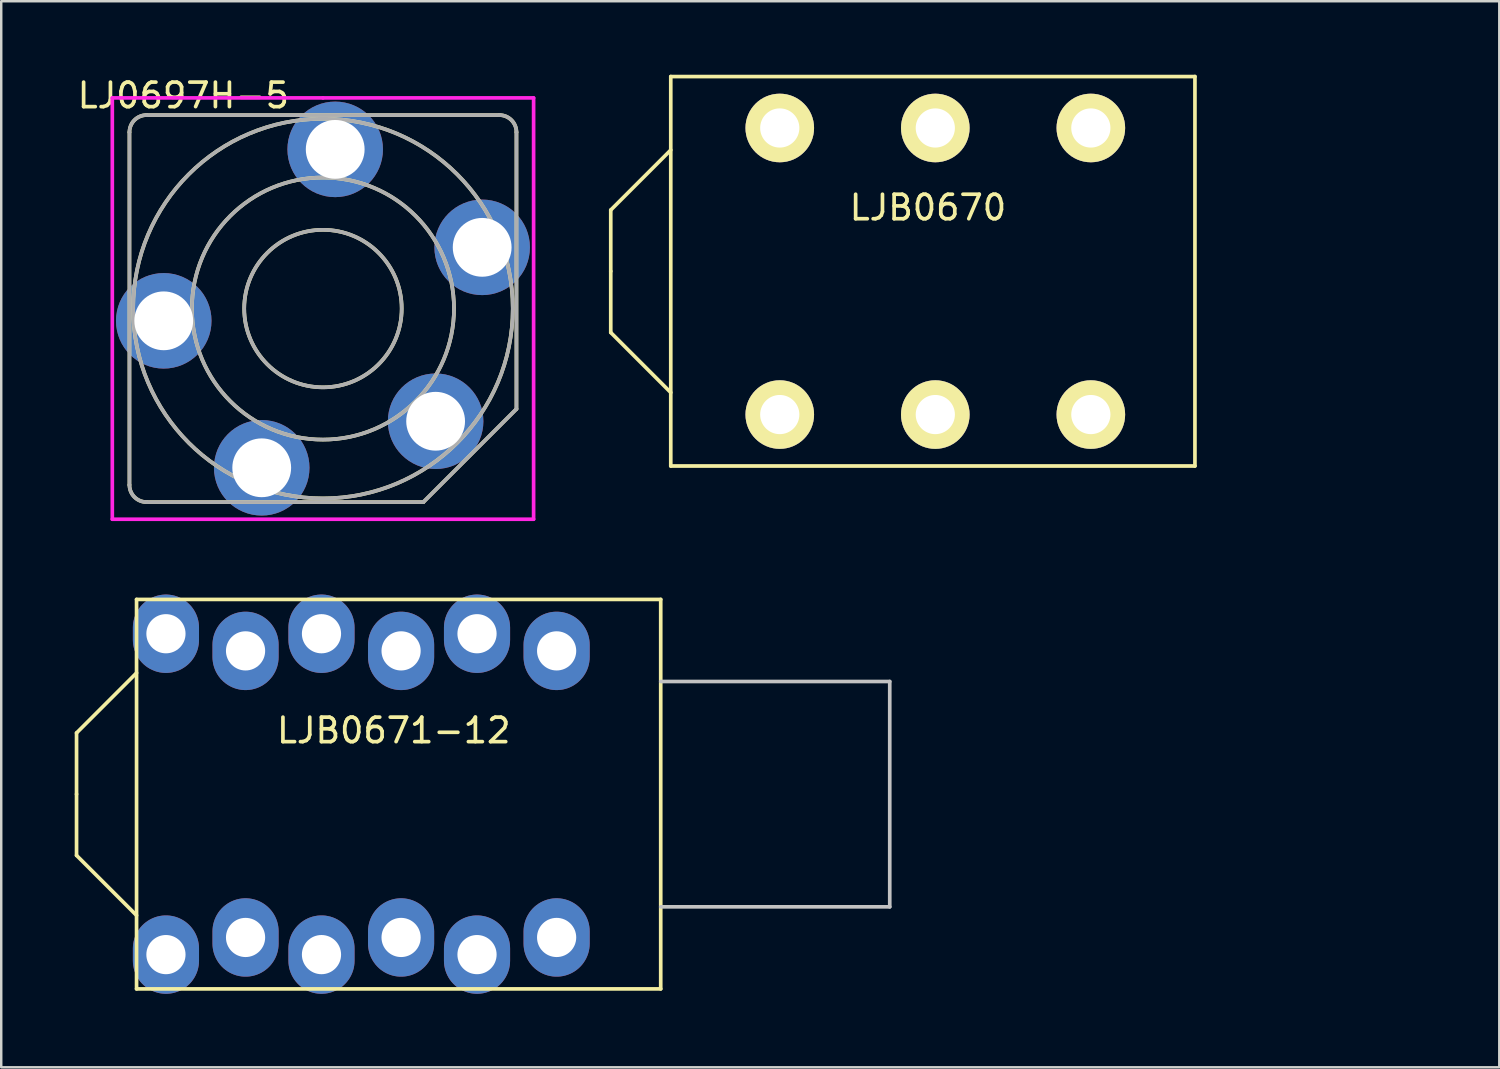
<source format=kicad_pcb>
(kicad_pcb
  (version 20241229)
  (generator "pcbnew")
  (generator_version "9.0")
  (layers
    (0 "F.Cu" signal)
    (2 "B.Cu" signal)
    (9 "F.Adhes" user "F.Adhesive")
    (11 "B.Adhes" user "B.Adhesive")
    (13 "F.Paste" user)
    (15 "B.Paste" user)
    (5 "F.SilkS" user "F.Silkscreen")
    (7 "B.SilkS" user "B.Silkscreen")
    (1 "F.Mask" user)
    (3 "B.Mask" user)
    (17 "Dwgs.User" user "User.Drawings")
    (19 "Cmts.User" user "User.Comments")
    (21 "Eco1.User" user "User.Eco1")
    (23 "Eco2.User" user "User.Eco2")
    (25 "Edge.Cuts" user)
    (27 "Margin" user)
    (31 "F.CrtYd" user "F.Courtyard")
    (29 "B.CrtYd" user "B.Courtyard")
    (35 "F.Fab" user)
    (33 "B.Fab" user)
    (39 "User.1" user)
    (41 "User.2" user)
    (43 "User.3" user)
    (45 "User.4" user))
  (footprint "LJB0671-12"
    (layer "F.Cu")
    (at 23.925 29.373)
    (property "Reference" "LJB0671-12" (at -10.9 -2.6 0) (layer "F.SilkS") (effects (font (size 1 1) (thickness 0.15))))
    (attr through_hole)
    (fp_line (start -23.85 -2.5) (end -21.4 -4.95) (stroke (width 0.15) (type solid)) (layer "F.SilkS"))
    (fp_line (start -23.85 0) (end -23.85 -2.5) (stroke (width 0.15) (type solid)) (layer "F.SilkS"))
    (fp_line (start -23.85 0) (end -23.85 2.5) (stroke (width 0.15) (type solid)) (layer "F.SilkS"))
    (fp_line (start -23.85 2.5) (end -21.4 4.95) (stroke (width 0.15) (type solid)) (layer "F.SilkS"))
    (fp_line (start -21.4 -7.95) (end -21.4 7.95) (stroke (width 0.15) (type solid)) (layer "F.SilkS"))
    (fp_line (start 0 -7.95) (end -21.4 -7.95) (stroke (width 0.15) (type solid)) (layer "F.SilkS"))
    (fp_line (start 0 -7.95) (end 0 7.95) (stroke (width 0.15) (type solid)) (layer "F.SilkS"))
    (fp_line (start 0 7.95) (end -21.4 7.95) (stroke (width 0.15) (type solid)) (layer "F.SilkS"))
    (fp_line (start 0 -4.6) (end 9.35 -4.6) (stroke (width 0.15) (type solid)) (layer "Dwgs.User"))
    (fp_line (start 9.35 -4.6) (end 9.35 4.6) (stroke (width 0.15) (type solid)) (layer "Dwgs.User"))
    (fp_line (start 9.35 4.6) (end 0 4.6) (stroke (width 0.15) (type solid)) (layer "Dwgs.User"))
    (pad "1" thru_hole oval (at -20.2 -6.55) (size 2.7 3.2) (drill 1.6) (layers "*.Cu" "*.Mask"))
    (pad "2" thru_hole oval (at -20.2 6.55) (size 2.7 3.2) (drill 1.6) (layers "*.Cu" "*.Mask"))
    (pad "3" thru_hole oval (at -16.95 -5.85) (size 2.7 3.2) (drill 1.6) (layers "*.Cu" "*.Mask"))
    (pad "4" thru_hole oval (at -16.95 5.85) (size 2.7 3.2) (drill 1.6) (layers "*.Cu" "*.Mask"))
    (pad "5" thru_hole oval (at -13.85 -6.55) (size 2.7 3.2) (drill 1.6) (layers "*.Cu" "*.Mask"))
    (pad "6" thru_hole oval (at -13.85 6.55) (size 2.7 3.2) (drill 1.6) (layers "*.Cu" "*.Mask"))
    (pad "7" thru_hole oval (at -10.6 -5.85) (size 2.7 3.2) (drill 1.6) (layers "*.Cu" "*.Mask"))
    (pad "8" thru_hole oval (at -10.6 5.85) (size 2.7 3.2) (drill 1.6) (layers "*.Cu" "*.Mask"))
    (pad "9" thru_hole oval (at -7.5 -6.55) (size 2.7 3.2) (drill 1.6) (layers "*.Cu" "*.Mask"))
    (pad "10" thru_hole oval (at -7.5 6.55) (size 2.7 3.2) (drill 1.6) (layers "*.Cu" "*.Mask"))
    (pad "11" thru_hole oval (at -4.25 -5.85) (size 2.7 3.2) (drill 1.6) (layers "*.Cu" "*.Mask"))
    (pad "12" thru_hole oval (at -4.25 5.85) (size 2.7 3.2) (drill 1.6) (layers "*.Cu" "*.Mask")))
  (footprint "LJB0670"
    (layer "F.Cu")
    (at 45.735 8.025)
    (property "Reference" "LJB0670" (at -10.9 -2.6 0) (layer "F.SilkS") (effects (font (size 1 1) (thickness 0.15))))
    (attr through_hole)
    (fp_line (start -23.85 -2.5) (end -21.4 -4.95) (stroke (width 0.15) (type solid)) (layer "F.SilkS"))
    (fp_line (start -23.85 0) (end -23.85 -2.5) (stroke (width 0.15) (type solid)) (layer "F.SilkS"))
    (fp_line (start -23.85 0) (end -23.85 2.5) (stroke (width 0.15) (type solid)) (layer "F.SilkS"))
    (fp_line (start -23.85 2.5) (end -21.4 4.95) (stroke (width 0.15) (type solid)) (layer "F.SilkS"))
    (fp_line (start -21.4 -7.95) (end -21.4 7.95) (stroke (width 0.15) (type solid)) (layer "F.SilkS"))
    (fp_line (start 0 -7.95) (end -21.4 -7.95) (stroke (width 0.15) (type solid)) (layer "F.SilkS"))
    (fp_line (start 0 -7.95) (end 0 7.95) (stroke (width 0.15) (type solid)) (layer "F.SilkS"))
    (fp_line (start 0 7.95) (end -21.4 7.95) (stroke (width 0.15) (type solid)) (layer "F.SilkS"))
    (fp_line (start 0 -4.6) (end 9.35 -4.6) (stroke (width 0.15) (type solid)) (layer "Eco1.User"))
    (fp_line (start 9.35 -4.6) (end 9.35 4.6) (stroke (width 0.15) (type solid)) (layer "Eco1.User"))
    (fp_line (start 9.35 4.6) (end 0 4.6) (stroke (width 0.15) (type solid)) (layer "Eco1.User"))
    (pad "1" thru_hole circle (at -16.95 -5.85) (size 2.8 2.8) (drill 1.6) (layers "*.Cu" "*.Mask" "F.SilkS"))
    (pad "2" thru_hole circle (at -16.95 5.85) (size 2.8 2.8) (drill 1.6) (layers "*.Cu" "*.Mask" "F.SilkS"))
    (pad "3" thru_hole circle (at -10.6 -5.85) (size 2.8 2.8) (drill 1.6) (layers "*.Cu" "*.Mask" "F.SilkS"))
    (pad "4" thru_hole circle (at -10.6 5.85) (size 2.8 2.8) (drill 1.6) (layers "*.Cu" "*.Mask" "F.SilkS"))
    (pad "5" thru_hole circle (at -4.25 -5.85) (size 2.8 2.8) (drill 1.6) (layers "*.Cu" "*.Mask" "F.SilkS"))
    (pad "6" thru_hole circle (at -4.25 5.85) (size 2.8 2.8) (drill 1.6) (layers "*.Cu" "*.Mask" "F.SilkS")))
  (footprint "LJ0697H-5"
    (layer "F.Cu")
    (at 10.135 9.548)
    (property "Reference" "LJ0697H-5" (at -5.7 -8.7 0) (layer "F.SilkS") (effects (font (size 1 1) (thickness 0.15))))
    (attr through_hole)
    (fp_line (start -7.9 -7.2) (end -7.9 7.2) (stroke (width 0.15) (type solid)) (layer "F.SilkS"))
    (fp_line (start -7.2 7.9) (end 4.1 7.9) (stroke (width 0.15) (type solid)) (layer "F.SilkS"))
    (fp_line (start 4.1 7.9) (end 7.9 4.1) (stroke (width 0.15) (type solid)) (layer "F.SilkS"))
    (fp_line (start 7.2 -7.9) (end -7.2 -7.9) (stroke (width 0.15) (type solid)) (layer "F.SilkS"))
    (fp_line (start 7.9 4.1) (end 7.9 -7.2) (stroke (width 0.15) (type solid)) (layer "F.SilkS"))
    (fp_arc (start -7.9 -7.2) (mid -7.694975 -7.694975) (end -7.2 -7.9) (stroke (width 0.15) (type solid)) (layer "F.SilkS"))
    (fp_arc (start -7.2 7.9) (mid -7.694975 7.694975) (end -7.9 7.2) (stroke (width 0.15) (type solid)) (layer "F.SilkS"))
    (fp_arc (start 7.2 -7.9) (mid 7.694975 -7.694975) (end 7.9 -7.2) (stroke (width 0.15) (type solid)) (layer "F.SilkS"))
    (fp_circle (center 0 0) (end -5.35 0) (stroke (width 0.15) (type solid)) (fill no) (layer "F.SilkS"))
    (fp_circle (center 0 0) (end -3.215 0) (stroke (width 0.15) (type solid)) (fill no) (layer "F.SilkS"))
    (fp_circle (center 0 0) (end 7.75 0) (stroke (width 0.15) (type solid)) (fill no) (layer "F.SilkS"))
    (fp_line (start -8.6 -8.6) (end 0 -8.6) (stroke (width 0.15) (type solid)) (layer "F.CrtYd"))
    (fp_line (start -8.6 8.6) (end -8.6 -8.6) (stroke (width 0.15) (type solid)) (layer "F.CrtYd"))
    (fp_line (start 0 -8.6) (end 8.6 -8.6) (stroke (width 0.15) (type solid)) (layer "F.CrtYd"))
    (fp_line (start 8.6 -8.6) (end 8.6 8.6) (stroke (width 0.15) (type solid)) (layer "F.CrtYd"))
    (fp_line (start 8.6 8.6) (end -8.6 8.6) (stroke (width 0.15) (type solid)) (layer "F.CrtYd"))
    (fp_line (start -7.9 -7.2) (end -7.9 7.2) (stroke (width 0.15) (type solid)) (layer "F.Fab"))
    (fp_line (start -7.2 7.9) (end 4.1 7.9) (stroke (width 0.15) (type solid)) (layer "F.Fab"))
    (fp_line (start 4.1 7.9) (end 7.9 4.1) (stroke (width 0.15) (type solid)) (layer "F.Fab"))
    (fp_line (start 7.2 -7.9) (end -7.2 -7.9) (stroke (width 0.15) (type solid)) (layer "F.Fab"))
    (fp_line (start 7.9 4.1) (end 7.9 -7.2) (stroke (width 0.15) (type solid)) (layer "F.Fab"))
    (fp_arc (start -7.9 -7.2) (mid -7.694975 -7.694975) (end -7.2 -7.9) (stroke (width 0.15) (type solid)) (layer "F.Fab"))
    (fp_arc (start -7.2 7.9) (mid -7.694975 7.694975) (end -7.9 7.2) (stroke (width 0.15) (type solid)) (layer "F.Fab"))
    (fp_arc (start 7.2 -7.9) (mid 7.694975 -7.694975) (end 7.9 -7.2) (stroke (width 0.15) (type solid)) (layer "F.Fab"))
    (fp_circle (center 0 0) (end -5.35 0) (stroke (width 0.15) (type solid)) (fill no) (layer "F.Fab"))
    (fp_circle (center 0 0) (end -3.215 0) (stroke (width 0.15) (type solid)) (fill no) (layer "F.Fab"))
    (fp_circle (center 0 0) (end 7.75 0) (stroke (width 0.15) (type solid)) (fill no) (layer "F.Fab"))
    (pad "1" thru_hole circle (at 4.6 4.6) (size 3.9 3.9) (drill 2.4) (layers "*.Cu" "*.Mask"))
    (pad "2" thru_hole circle (at -2.5 6.5) (size 3.9 3.9) (drill 2.4) (layers "*.Cu" "*.Mask"))
    (pad "3" thru_hole circle (at -6.5 0.5) (size 3.9 3.9) (drill 2.4) (layers "*.Cu" "*.Mask"))
    (pad "4" thru_hole circle (at 0.5 -6.5) (size 3.9 3.9) (drill 2.4) (layers "*.Cu" "*.Mask"))
    (pad "5" thru_hole circle (at 6.5 -2.5) (size 3.9 3.9) (drill 2.4) (layers "*.Cu" "*.Mask")))
  (gr_rect
    (start -3 -3)
    (end 58.16 40.523)
    (stroke (width 0.1) (type default))
    (fill no)
    (layer "Edge.Cuts")))
</source>
